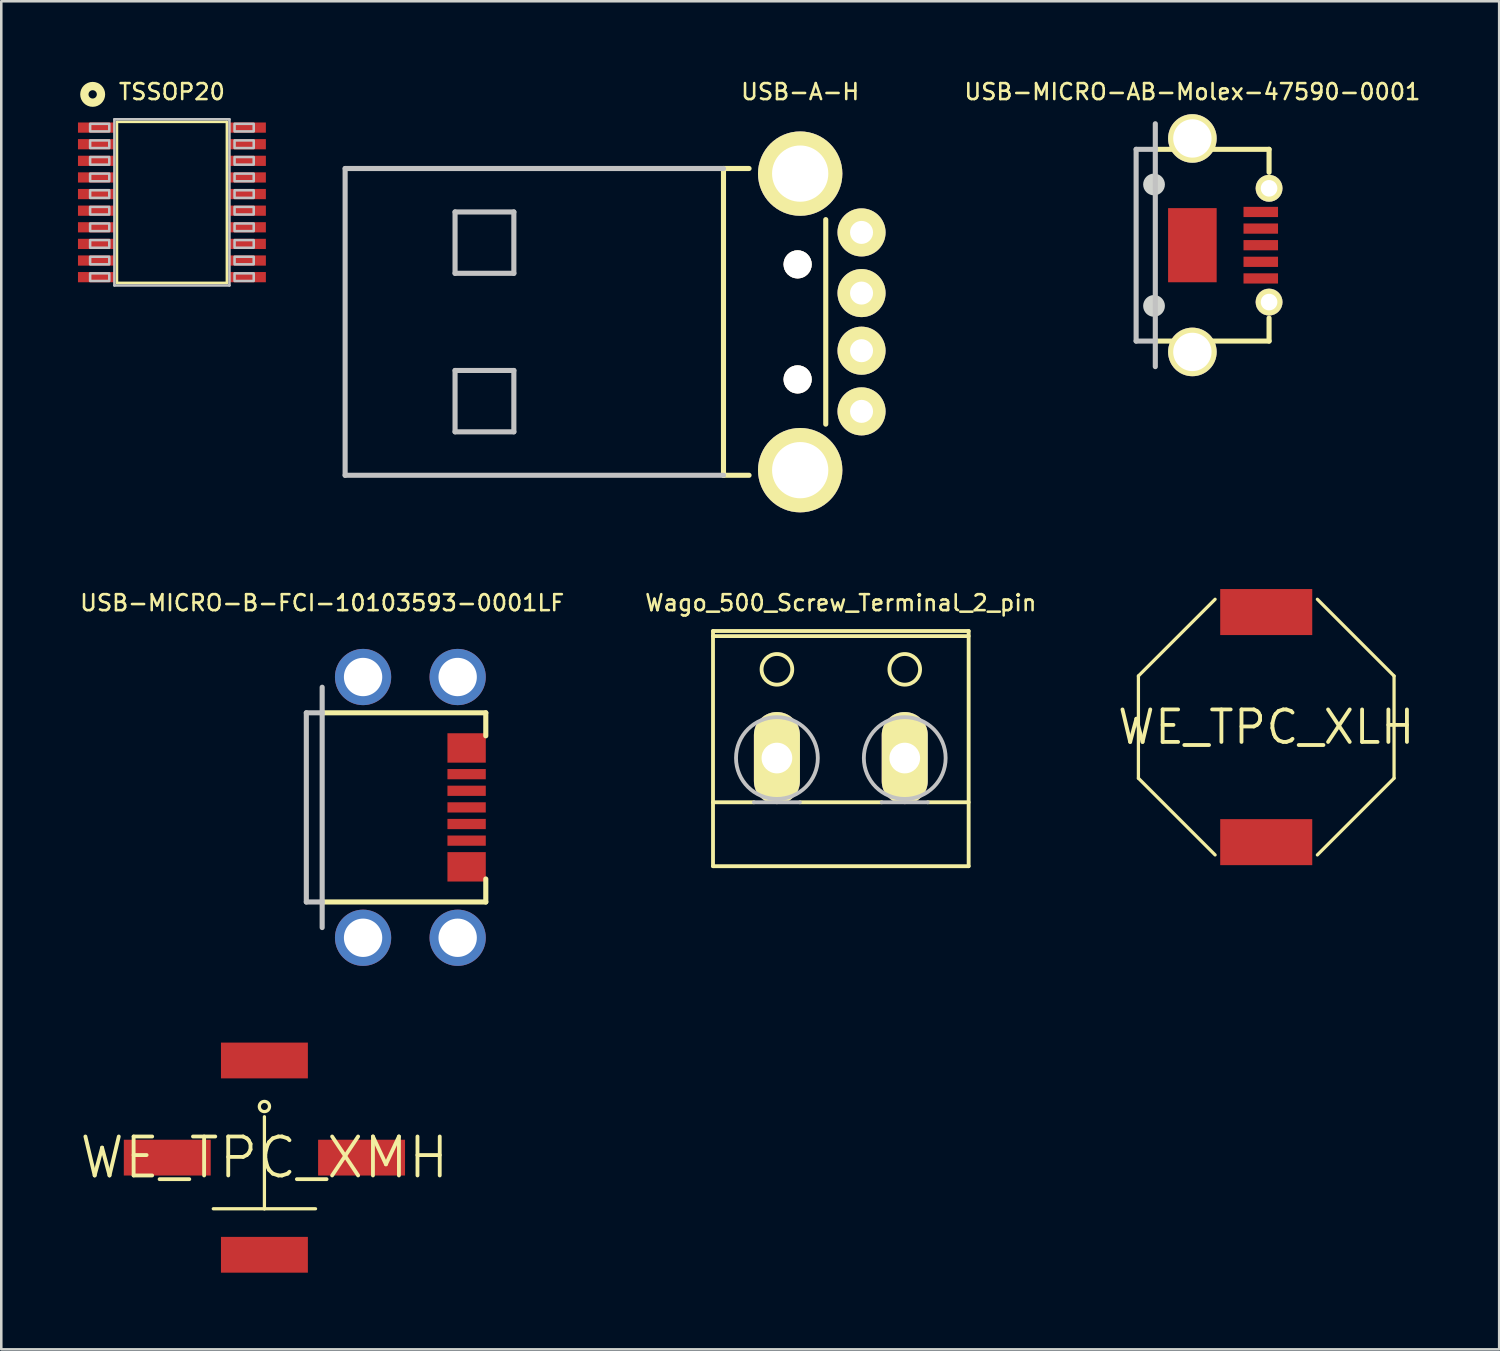
<source format=kicad_pcb>
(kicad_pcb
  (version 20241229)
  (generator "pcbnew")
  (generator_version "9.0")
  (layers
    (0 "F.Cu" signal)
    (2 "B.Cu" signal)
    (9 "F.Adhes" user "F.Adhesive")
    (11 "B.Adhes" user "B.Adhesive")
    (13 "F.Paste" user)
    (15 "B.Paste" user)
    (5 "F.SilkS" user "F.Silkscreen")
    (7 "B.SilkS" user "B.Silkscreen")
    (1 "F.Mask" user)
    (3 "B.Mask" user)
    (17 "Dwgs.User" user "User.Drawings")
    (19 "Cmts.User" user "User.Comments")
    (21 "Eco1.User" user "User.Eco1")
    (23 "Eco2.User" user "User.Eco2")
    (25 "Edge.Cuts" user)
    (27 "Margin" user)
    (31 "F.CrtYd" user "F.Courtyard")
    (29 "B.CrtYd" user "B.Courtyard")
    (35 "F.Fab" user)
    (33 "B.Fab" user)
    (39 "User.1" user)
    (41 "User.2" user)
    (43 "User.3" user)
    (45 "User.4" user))
  (footprint "USB-MICRO-B-FCI-10103593-0001LF"
    (layer "F.Cu")
    (at 9.552 28.532)
    (property "Reference" "USB-MICRO-B-FCI-10103593-0001LF" (at 0 -8 0) (layer "F.SilkS") (effects (font (size 0.625 0.625) (thickness 0.1))))
    (attr through_hole)
    (fp_line (start 0 -3.7) (end 6.4 -3.7) (stroke (width 0.2) (type solid)) (layer "F.SilkS"))
    (fp_line (start 0 3.7) (end 6.4 3.7) (stroke (width 0.2) (type solid)) (layer "F.SilkS"))
    (fp_line (start 6.4 -3.7) (end 6.4 -2.8) (stroke (width 0.2) (type solid)) (layer "F.SilkS"))
    (fp_line (start 6.4 3.7) (end 6.4 2.8) (stroke (width 0.2) (type solid)) (layer "F.SilkS"))
    (fp_line (start -0.62 3.7) (end -0.62 -3.7) (stroke (width 0.2) (type solid)) (layer "Dwgs.User"))
    (fp_line (start 0 -3.7) (end -0.62 -3.7) (stroke (width 0.2) (type solid)) (layer "Dwgs.User"))
    (fp_line (start 0 3.7) (end -0.62 3.7) (stroke (width 0.2) (type solid)) (layer "Dwgs.User"))
    (fp_line (start 0 4.7) (end 0 -4.7) (stroke (width 0.2) (type solid)) (layer "Dwgs.User"))
    (pad "1" smd rect (at 5.65 1.3 180) (size 1.5 0.4) (layers "F.Cu" "F.Mask" "F.Paste"))
    (pad "2" smd rect (at 5.65 0.65 180) (size 1.5 0.4) (layers "F.Cu" "F.Mask" "F.Paste"))
    (pad "3" smd rect (at 5.65 0 180) (size 1.5 0.4) (layers "F.Cu" "F.Mask" "F.Paste"))
    (pad "4" smd rect (at 5.65 -0.65 180) (size 1.5 0.4) (layers "F.Cu" "F.Mask" "F.Paste"))
    (pad "5" smd rect (at 5.65 -1.3 180) (size 1.5 0.4) (layers "F.Cu" "F.Mask" "F.Paste"))
    (pad "6" smd rect (at 5.65 -2.325) (size 1.5 1.15) (layers "F.Cu" "F.Mask" "F.Paste"))
    (pad "7" smd rect (at 5.65 2.325) (size 1.5 1.15) (layers "F.Cu" "F.Mask" "F.Paste"))
    (pad "8" thru_hole circle (at 1.6 5.1) (size 2.2 2.2) (drill 1.5) (layers "*.Cu" "*.Mask"))
    (pad "9" thru_hole circle (at 1.6 -5.1 180) (size 2.2 2.2) (drill 1.5) (layers "*.Cu" "*.Mask"))
    (pad "10" thru_hole circle (at 5.3 5.1) (size 2.2 2.2) (drill 1.5) (layers "*.Cu" "*.Mask"))
    (pad "11" thru_hole circle (at 5.3 -5.1 180) (size 2.2 2.2) (drill 1.5) (layers "*.Cu" "*.Mask")))
  (footprint "WE_TPC_XLH"
    (layer "F.Cu")
    (at 46.48 25.391)
    (property "Reference" "WE_TPC_XLH" (at 0 0 0) (layer "F.SilkS") (effects (font (size 1.27 1.27) (thickness 0.15))))
    (attr through_hole)
    (fp_line (start -5 -2) (end -5 2) (stroke (width 0.127) (type solid)) (layer "F.SilkS"))
    (fp_line (start -5 2) (end -2 5) (stroke (width 0.127) (type solid)) (layer "F.SilkS"))
    (fp_line (start -2 -5) (end -5 -2) (stroke (width 0.127) (type solid)) (layer "F.SilkS"))
    (fp_line (start 2 5) (end 5 2) (stroke (width 0.127) (type solid)) (layer "F.SilkS"))
    (fp_line (start 5 -2) (end 2 -5) (stroke (width 0.127) (type solid)) (layer "F.SilkS"))
    (fp_line (start 5 2) (end 5 -2) (stroke (width 0.127) (type solid)) (layer "F.SilkS"))
    (pad "1" smd rect (at 0 4.5) (size 3.6 1.8) (layers "F.Cu" "F.Mask" "F.Paste"))
    (pad "2" smd rect (at 0 -4.5) (size 3.6 1.8) (layers "F.Cu" "F.Mask" "F.Paste")))
  (footprint "Wago_500_Screw_Terminal_2_pin"
    (layer "F.Cu")
    (at 29.84 25.332)
    (property "Reference" "Wago_500_Screw_Terminal_2_pin" (at 0 -4.8 0) (layer "F.SilkS") (effects (font (size 0.625 0.625) (thickness 0.1))))
    (attr through_hole)
    (fp_line (start -5 -3.7) (end -5 5.5) (stroke (width 0.15) (type solid)) (layer "F.SilkS"))
    (fp_line (start -5 -3.5) (end 5 -3.5) (stroke (width 0.15) (type solid)) (layer "F.SilkS"))
    (fp_line (start -5 3) (end -3.4 3) (stroke (width 0.15) (type solid)) (layer "F.SilkS"))
    (fp_line (start -5 5.5) (end 5 5.5) (stroke (width 0.15) (type solid)) (layer "F.SilkS"))
    (fp_line (start -1.6 3) (end 1.6 3) (stroke (width 0.15) (type solid)) (layer "F.SilkS"))
    (fp_line (start 3.4 3) (end 5 3) (stroke (width 0.15) (type solid)) (layer "F.SilkS"))
    (fp_line (start 5 -3.7) (end -5 -3.7) (stroke (width 0.15) (type solid)) (layer "F.SilkS"))
    (fp_line (start 5 5.5) (end 5 -3.7) (stroke (width 0.15) (type solid)) (layer "F.SilkS"))
    (fp_circle (center -2.5 -2.2) (end -2.076 -1.776) (stroke (width 0.15) (type solid)) (fill no) (layer "F.SilkS"))
    (fp_circle (center 2.5 -2.2) (end 2.924 -1.776) (stroke (width 0.15) (type solid)) (fill no) (layer "F.SilkS"))
    (fp_line (start -3.4 3) (end -1.6 3) (stroke (width 0.15) (type solid)) (layer "Dwgs.User"))
    (fp_line (start 1.6 3) (end 3.4 3) (stroke (width 0.15) (type solid)) (layer "Dwgs.User"))
    (fp_circle (center -2.5 1.27) (end -1.369 2.401) (stroke (width 0.15) (type solid)) (fill no) (layer "Dwgs.User"))
    (fp_circle (center 2.5 1.27) (end 3.631 2.401) (stroke (width 0.15) (type solid)) (fill no) (layer "Dwgs.User"))
    (pad "1" thru_hole oval (at -2.5 1.27 90) (size 3.6 1.8) (drill 1.2) (layers "*.Cu" "*.Mask" "F.SilkS"))
    (pad "2" thru_hole oval (at 2.5 1.27 90) (size 3.6 1.8) (drill 1.2) (layers "*.Cu" "*.Mask" "F.SilkS")))
  (footprint "USB-MICRO-AB-Molex-47590-0001"
    (layer "F.Cu")
    (at 43.591 6.541)
    (property "Reference" "USB-MICRO-AB-Molex-47590-0001" (at 0 -6 0) (layer "F.SilkS") (effects (font (size 0.625 0.625) (thickness 0.1))))
    (attr through_hole)
    (fp_line (start -1.45 -3.75) (end 3 -3.75) (stroke (width 0.2) (type solid)) (layer "F.SilkS"))
    (fp_line (start -1.45 3.75) (end 3 3.75) (stroke (width 0.2) (type solid)) (layer "F.SilkS"))
    (fp_line (start 3 -3.75) (end 3 -2.85) (stroke (width 0.2) (type solid)) (layer "F.SilkS"))
    (fp_line (start 3 3.75) (end 3 2.85) (stroke (width 0.2) (type solid)) (layer "F.SilkS"))
    (fp_line (start -2.2 3.75) (end -2.2 -3.75) (stroke (width 0.2) (type solid)) (layer "Dwgs.User"))
    (fp_line (start -1.45 -3.75) (end -2.2 -3.75) (stroke (width 0.2) (type solid)) (layer "Dwgs.User"))
    (fp_line (start -1.45 3.75) (end -2.2 3.75) (stroke (width 0.2) (type solid)) (layer "Dwgs.User"))
    (fp_line (start -1.45 4.75) (end -1.45 -4.75) (stroke (width 0.2) (type solid)) (layer "Dwgs.User"))
    (fp_circle (center -1.5 -2.375) (end -1.199 -2.074) (stroke (width 0) (type solid)) (fill yes) (layer "Edge.Cuts"))
    (fp_circle (center -1.5 2.375) (end -1.199 2.676) (stroke (width 0) (type solid)) (fill yes) (layer "Edge.Cuts"))
    (pad "1" smd rect (at 2.675 1.3 180) (size 1.35 0.4) (layers "F.Cu" "F.Mask" "F.Paste"))
    (pad "2" smd rect (at 2.675 0.65 180) (size 1.35 0.4) (layers "F.Cu" "F.Mask" "F.Paste"))
    (pad "3" smd rect (at 2.675 0 180) (size 1.35 0.4) (layers "F.Cu" "F.Mask" "F.Paste"))
    (pad "4" smd rect (at 2.675 -0.65 180) (size 1.35 0.4) (layers "F.Cu" "F.Mask" "F.Paste"))
    (pad "5" smd rect (at 2.675 -1.3 180) (size 1.35 0.4) (layers "F.Cu" "F.Mask" "F.Paste"))
    (pad "6" thru_hole circle (at 3 -2.225) (size 1.05 1.05) (drill 0.65) (layers "*.Cu" "*.Mask" "F.SilkS"))
    (pad "7" thru_hole circle (at 3 2.225 180) (size 1.05 1.05) (drill 0.65) (layers "*.Cu" "*.Mask" "F.SilkS"))
    (pad "8" thru_hole circle (at 0 4.175) (size 1.9 1.9) (drill 1.5) (layers "*.Cu" "*.Mask" "F.SilkS"))
    (pad "9" thru_hole circle (at 0 -4.175 180) (size 1.9 1.9) (drill 1.5) (layers "*.Cu" "*.Mask" "F.SilkS"))
    (pad "10" smd rect (at 0 0) (size 1.9 2.9) (layers "F.Cu" "F.Mask" "F.Paste")))
  (footprint "WE_TPC_XMH"
    (layer "F.Cu")
    (at 7.293 42.232)
    (property "Reference" "WE_TPC_XMH" (at 0 0 0) (layer "F.SilkS") (effects (font (size 1.524 1.524) (thickness 0.15))))
    (attr through_hole)
    (fp_line (start 0 -1.6) (end 0 2) (stroke (width 0.127) (type solid)) (layer "F.SilkS"))
    (fp_line (start 0 2) (end -2 2) (stroke (width 0.127) (type solid)) (layer "F.SilkS"))
    (fp_line (start 0 2) (end 2 2) (stroke (width 0.127) (type solid)) (layer "F.SilkS"))
    (fp_circle (center 0 -2) (end 0.141 -1.859) (stroke (width 0.127) (type solid)) (fill no) (layer "F.SilkS"))
    (pad "1" smd rect (at 0 -3.8) (size 3.4 1.4) (layers "F.Cu" "F.Mask" "F.Paste"))
    (pad "2" smd rect (at 0 3.8) (size 3.4 1.4) (layers "F.Cu" "F.Mask" "F.Paste"))
    (pad "NC1" smd rect (at -3.8 0) (size 3.4 1.4) (layers "F.Cu" "F.Mask" "F.Paste"))
    (pad "NC2" smd rect (at 3.8 0) (size 3.4 1.4) (layers "F.Cu" "F.Mask" "F.Paste")))
  (footprint "USB-A-H"
    (layer "F.Cu")
    (at 28.25 9.541)
    (property "Reference" "USB-A-H" (at 0 -9 0) (layer "F.SilkS") (effects (font (size 0.625 0.625) (thickness 0.1))))
    (attr through_hole)
    (fp_line (start -3 -6) (end -3 6) (stroke (width 0.2) (type solid)) (layer "F.SilkS"))
    (fp_line (start -3 -6) (end -2 -6) (stroke (width 0.2) (type solid)) (layer "F.SilkS"))
    (fp_line (start -3 6) (end -2 6) (stroke (width 0.2) (type solid)) (layer "F.SilkS"))
    (fp_line (start 1 4) (end 1 -4) (stroke (width 0.2) (type solid)) (layer "F.SilkS"))
    (fp_line (start -17.8 -6) (end -17.8 6) (stroke (width 0.2) (type solid)) (layer "Dwgs.User"))
    (fp_line (start -13.5 -4.3) (end -13.5 -1.9) (stroke (width 0.2) (type solid)) (layer "Dwgs.User"))
    (fp_line (start -13.5 -1.9) (end -11.2 -1.9) (stroke (width 0.2) (type solid)) (layer "Dwgs.User"))
    (fp_line (start -13.5 1.9) (end -13.5 4.3) (stroke (width 0.2) (type solid)) (layer "Dwgs.User"))
    (fp_line (start -13.5 4.3) (end -11.2 4.3) (stroke (width 0.2) (type solid)) (layer "Dwgs.User"))
    (fp_line (start -11.2 -4.3) (end -13.5 -4.3) (stroke (width 0.2) (type solid)) (layer "Dwgs.User"))
    (fp_line (start -11.2 -1.9) (end -11.2 -4.3) (stroke (width 0.2) (type solid)) (layer "Dwgs.User"))
    (fp_line (start -11.2 1.9) (end -13.5 1.9) (stroke (width 0.2) (type solid)) (layer "Dwgs.User"))
    (fp_line (start -11.2 4.3) (end -11.2 1.9) (stroke (width 0.2) (type solid)) (layer "Dwgs.User"))
    (fp_line (start -3 -6) (end -17.8 -6) (stroke (width 0.2) (type solid)) (layer "Dwgs.User"))
    (fp_line (start -3 6) (end -17.8 6) (stroke (width 0.2) (type solid)) (layer "Dwgs.User"))
    (pad "D+" thru_hole circle (at 2.4 -1.127 270) (size 1.88 1.88) (drill 0.9) (layers "*.Cu" "*.Mask" "F.SilkS"))
    (pad "D-" thru_hole circle (at 2.4 1.127 270) (size 1.88 1.88) (drill 0.9) (layers "*.Cu" "*.Mask" "F.SilkS"))
    (pad "GND" thru_hole circle (at 2.4 -3.5 270) (size 1.88 1.88) (drill 0.9) (layers "*.Cu" "*.Mask" "F.SilkS"))
    (pad "GND2" thru_hole circle (at 0 5.8 270) (size 3.3 3.3) (drill 2.2) (layers "*.Cu" "*.Mask" "F.SilkS"))
    (pad "GND3" thru_hole circle (at 0 -5.8 270) (size 3.3 3.3) (drill 2.2) (layers "*.Cu" "*.Mask" "F.SilkS"))
    (pad "NC1" thru_hole circle (at -0.1 -2.25) (size 1.1 1.1) (drill 1.1) (layers "*.Cu" "*.Mask" "F.SilkS"))
    (pad "NC2" thru_hole circle (at -0.1 2.25 180) (size 1.1 1.1) (drill 1.1) (layers "*.Cu" "*.Mask" "F.SilkS"))
    (pad "VBUS" thru_hole circle (at 2.4 3.5 270) (size 1.88 1.88) (drill 0.9) (layers "*.Cu" "*.Mask" "F.SilkS")))
  (footprint "TSSOP20"
    (layer "F.Cu")
    (at 3.675 4.866)
    (property "Reference" "TSSOP20" (at 0 -4.325 0) (layer "F.SilkS") (effects (font (size 0.625 0.625) (thickness 0.1))))
    (attr through_hole)
    (fp_line (start -2.15 -3.15) (end -2.15 3.15) (stroke (width 0.1) (type solid)) (layer "F.SilkS"))
    (fp_line (start -2.15 3.15) (end 2.15 3.15) (stroke (width 0.1) (type solid)) (layer "F.SilkS"))
    (fp_line (start 2.15 -3.15) (end -2.15 -3.15) (stroke (width 0.1) (type solid)) (layer "F.SilkS"))
    (fp_line (start 2.15 3.15) (end 2.15 -3.15) (stroke (width 0.1) (type solid)) (layer "F.SilkS"))
    (fp_circle (center -3.1 -4.225) (end -2.87 -3.995) (stroke (width 0.325) (type solid)) (fill no) (layer "F.SilkS"))
    (fp_line (start -2.25 -3.25) (end -2.25 3.25) (stroke (width 0.1) (type solid)) (layer "Dwgs.User"))
    (fp_line (start -2.25 3.25) (end 2.25 3.25) (stroke (width 0.1) (type solid)) (layer "Dwgs.User"))
    (fp_line (start 2.25 -3.25) (end -2.25 -3.25) (stroke (width 0.1) (type solid)) (layer "Dwgs.User"))
    (fp_line (start 2.25 3.25) (end 2.25 -3.25) (stroke (width 0.1) (type solid)) (layer "Dwgs.User"))
    (fp_poly (pts (xy -3.2 -3.075) (xy -3.2 -2.775) (xy -2.45 -2.775) (xy -2.45 -3.075) (xy -3.2 -3.075)) (stroke (width 0.1) (type solid)) (fill no) (layer "Dwgs.User"))
    (fp_poly (pts (xy -3.2 -2.425) (xy -3.2 -2.125) (xy -2.45 -2.125) (xy -2.45 -2.425) (xy -3.2 -2.425)) (stroke (width 0.1) (type solid)) (fill no) (layer "Dwgs.User"))
    (fp_poly (pts (xy -3.2 -1.775) (xy -3.2 -1.475) (xy -2.45 -1.475) (xy -2.45 -1.775) (xy -3.2 -1.775)) (stroke (width 0.1) (type solid)) (fill no) (layer "Dwgs.User"))
    (fp_poly (pts (xy -3.2 -1.125) (xy -3.2 -0.825) (xy -2.45 -0.825) (xy -2.45 -1.125) (xy -3.2 -1.125)) (stroke (width 0.1) (type solid)) (fill no) (layer "Dwgs.User"))
    (fp_poly (pts (xy -3.2 -0.475) (xy -3.2 -0.175) (xy -2.45 -0.175) (xy -2.45 -0.475) (xy -3.2 -0.475)) (stroke (width 0.1) (type solid)) (fill no) (layer "Dwgs.User"))
    (fp_poly (pts (xy -3.2 0.175) (xy -3.2 0.475) (xy -2.45 0.475) (xy -2.45 0.175) (xy -3.2 0.175)) (stroke (width 0.1) (type solid)) (fill no) (layer "Dwgs.User"))
    (fp_poly (pts (xy -3.2 0.825) (xy -3.2 1.125) (xy -2.45 1.125) (xy -2.45 0.825) (xy -3.2 0.825)) (stroke (width 0.1) (type solid)) (fill no) (layer "Dwgs.User"))
    (fp_poly (pts (xy -3.2 1.475) (xy -3.2 1.775) (xy -2.45 1.775) (xy -2.45 1.475) (xy -3.2 1.475)) (stroke (width 0.1) (type solid)) (fill no) (layer "Dwgs.User"))
    (fp_poly (pts (xy -3.2 2.125) (xy -3.2 2.425) (xy -2.45 2.425) (xy -2.45 2.125) (xy -3.2 2.125)) (stroke (width 0.1) (type solid)) (fill no) (layer "Dwgs.User"))
    (fp_poly (pts (xy -3.2 2.775) (xy -3.2 3.075) (xy -2.45 3.075) (xy -2.45 2.775) (xy -3.2 2.775)) (stroke (width 0.1) (type solid)) (fill no) (layer "Dwgs.User"))
    (fp_poly (pts (xy 2.45 -3.075) (xy 2.45 -2.775) (xy 3.2 -2.775) (xy 3.2 -3.075) (xy 2.45 -3.075)) (stroke (width 0.1) (type solid)) (fill no) (layer "Dwgs.User"))
    (fp_poly (pts (xy 2.45 -2.425) (xy 2.45 -2.125) (xy 3.2 -2.125) (xy 3.2 -2.425) (xy 2.45 -2.425)) (stroke (width 0.1) (type solid)) (fill no) (layer "Dwgs.User"))
    (fp_poly (pts (xy 2.45 -1.775) (xy 2.45 -1.475) (xy 3.2 -1.475) (xy 3.2 -1.775) (xy 2.45 -1.775)) (stroke (width 0.1) (type solid)) (fill no) (layer "Dwgs.User"))
    (fp_poly (pts (xy 2.45 -1.125) (xy 2.45 -0.825) (xy 3.2 -0.825) (xy 3.2 -1.125) (xy 2.45 -1.125)) (stroke (width 0.1) (type solid)) (fill no) (layer "Dwgs.User"))
    (fp_poly (pts (xy 2.45 -0.475) (xy 2.45 -0.175) (xy 3.2 -0.175) (xy 3.2 -0.475) (xy 2.45 -0.475)) (stroke (width 0.1) (type solid)) (fill no) (layer "Dwgs.User"))
    (fp_poly (pts (xy 2.45 0.175) (xy 2.45 0.475) (xy 3.2 0.475) (xy 3.2 0.175) (xy 2.45 0.175)) (stroke (width 0.1) (type solid)) (fill no) (layer "Dwgs.User"))
    (fp_poly (pts (xy 2.45 0.825) (xy 2.45 1.125) (xy 3.2 1.125) (xy 3.2 0.825) (xy 2.45 0.825)) (stroke (width 0.1) (type solid)) (fill no) (layer "Dwgs.User"))
    (fp_poly (pts (xy 2.45 1.475) (xy 2.45 1.775) (xy 3.2 1.775) (xy 3.2 1.475) (xy 2.45 1.475)) (stroke (width 0.1) (type solid)) (fill no) (layer "Dwgs.User"))
    (fp_poly (pts (xy 2.45 2.125) (xy 2.45 2.425) (xy 3.2 2.425) (xy 3.2 2.125) (xy 2.45 2.125)) (stroke (width 0.1) (type solid)) (fill no) (layer "Dwgs.User"))
    (fp_poly (pts (xy 2.45 2.775) (xy 2.45 3.075) (xy 3.2 3.075) (xy 3.2 2.775) (xy 2.45 2.775)) (stroke (width 0.1) (type solid)) (fill no) (layer "Dwgs.User"))
    (pad "1" smd rect (at -2.95 -2.925 180) (size 1.45 0.4) (layers "F.Cu" "F.Mask" "F.Paste"))
    (pad "2" smd rect (at -2.95 -2.275 180) (size 1.45 0.4) (layers "F.Cu" "F.Mask" "F.Paste"))
    (pad "3" smd rect (at -2.95 -1.625 180) (size 1.45 0.4) (layers "F.Cu" "F.Mask" "F.Paste"))
    (pad "4" smd rect (at -2.95 -0.975 180) (size 1.45 0.4) (layers "F.Cu" "F.Mask" "F.Paste"))
    (pad "5" smd rect (at -2.95 -0.325 180) (size 1.45 0.4) (layers "F.Cu" "F.Mask" "F.Paste"))
    (pad "6" smd rect (at -2.95 0.325 180) (size 1.45 0.4) (layers "F.Cu" "F.Mask" "F.Paste"))
    (pad "7" smd rect (at -2.95 0.975 180) (size 1.45 0.4) (layers "F.Cu" "F.Mask" "F.Paste"))
    (pad "8" smd rect (at -2.95 1.625 180) (size 1.45 0.4) (layers "F.Cu" "F.Mask" "F.Paste"))
    (pad "9" smd rect (at -2.95 2.275 180) (size 1.45 0.4) (layers "F.Cu" "F.Mask" "F.Paste"))
    (pad "10" smd rect (at -2.95 2.925 180) (size 1.45 0.4) (layers "F.Cu" "F.Mask" "F.Paste"))
    (pad "11" smd rect (at 2.95 2.925) (size 1.45 0.4) (layers "F.Cu" "F.Mask" "F.Paste"))
    (pad "12" smd rect (at 2.95 2.275) (size 1.45 0.4) (layers "F.Cu" "F.Mask" "F.Paste"))
    (pad "13" smd rect (at 2.95 1.625) (size 1.45 0.4) (layers "F.Cu" "F.Mask" "F.Paste"))
    (pad "14" smd rect (at 2.95 0.975) (size 1.45 0.4) (layers "F.Cu" "F.Mask" "F.Paste"))
    (pad "15" smd rect (at 2.95 0.325) (size 1.45 0.4) (layers "F.Cu" "F.Mask" "F.Paste"))
    (pad "16" smd rect (at 2.95 -0.325) (size 1.45 0.4) (layers "F.Cu" "F.Mask" "F.Paste"))
    (pad "17" smd rect (at 2.95 -0.975) (size 1.45 0.4) (layers "F.Cu" "F.Mask" "F.Paste"))
    (pad "18" smd rect (at 2.95 -1.625) (size 1.45 0.4) (layers "F.Cu" "F.Mask" "F.Paste"))
    (pad "19" smd rect (at 2.95 -2.275) (size 1.45 0.4) (layers "F.Cu" "F.Mask" "F.Paste"))
    (pad "20" smd rect (at 2.95 -2.925) (size 1.45 0.4) (layers "F.Cu" "F.Mask" "F.Paste")))
  (gr_rect
    (start -3 -3)
    (end 55.592 49.732)
    (stroke (width 0.1) (type default))
    (fill no)
    (layer "Edge.Cuts")))
</source>
